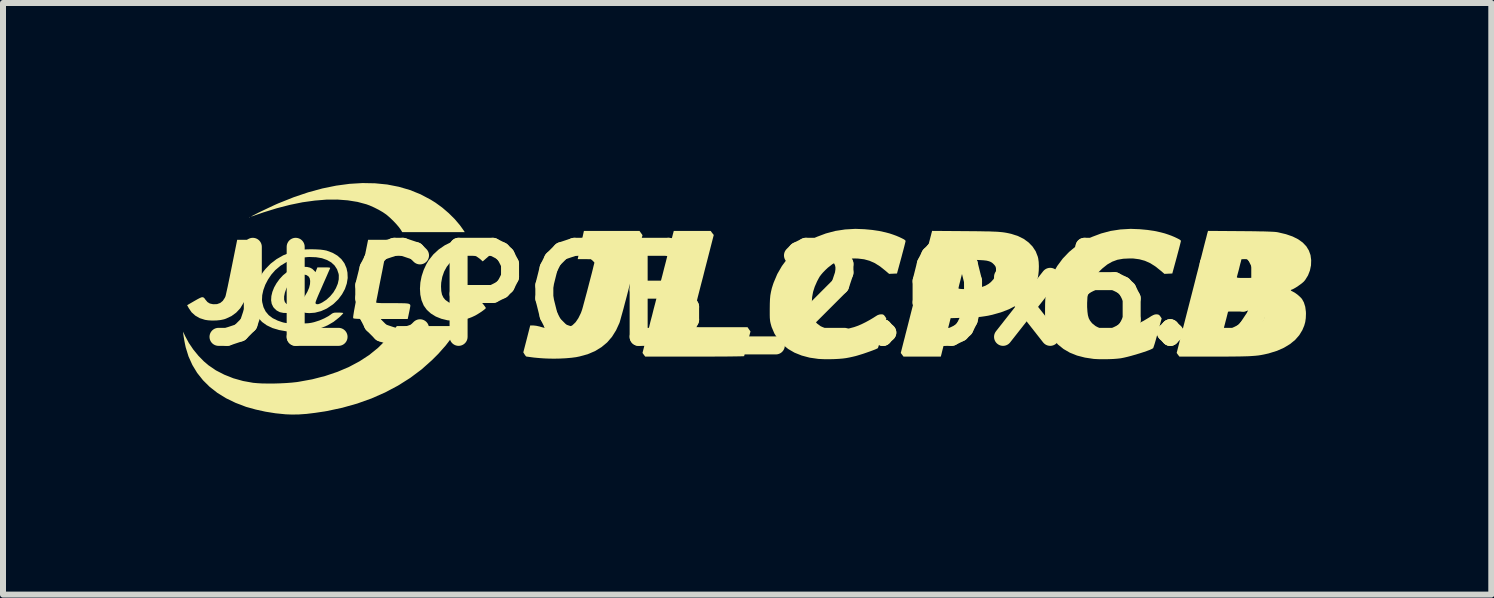
<source format=kicad_pcb>
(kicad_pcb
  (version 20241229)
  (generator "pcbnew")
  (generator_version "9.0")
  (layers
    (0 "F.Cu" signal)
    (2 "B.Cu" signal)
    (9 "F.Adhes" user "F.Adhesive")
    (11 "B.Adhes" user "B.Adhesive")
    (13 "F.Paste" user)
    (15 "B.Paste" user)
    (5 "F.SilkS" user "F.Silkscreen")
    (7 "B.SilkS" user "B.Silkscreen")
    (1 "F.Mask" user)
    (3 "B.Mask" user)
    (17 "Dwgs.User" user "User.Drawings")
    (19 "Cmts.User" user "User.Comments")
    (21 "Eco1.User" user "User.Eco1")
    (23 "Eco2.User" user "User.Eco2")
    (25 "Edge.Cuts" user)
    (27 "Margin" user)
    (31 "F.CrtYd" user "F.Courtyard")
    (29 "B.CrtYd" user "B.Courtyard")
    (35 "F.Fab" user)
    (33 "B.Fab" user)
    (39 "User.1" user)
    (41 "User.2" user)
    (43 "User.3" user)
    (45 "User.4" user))
  (footprint "JLCPCB_2.0x5.9"
    (layer "F.Cu")
    (at 9.305 1.884)
    (property "Reference" "JLCPCB_2.0x5.9" (at 0 0 0) (layer "F.SilkS") (effects (font (size 1.5 1.5) (thickness 0.3))))
    (attr board_only exclude_from_pos_files exclude_from_bom)
    (fp_poly (pts (xy -8.191 -1.315) (xy -8.196 -1.311) (xy -8.201 -1.315) (xy -8.196 -1.32)) (stroke (width 0) (type solid)) (fill yes) (layer "F.SilkS"))
    (fp_poly (pts (xy -6.106 -1.88) (xy -5.904 -1.86) (xy -5.71 -1.822) (xy -5.525 -1.768) (xy -5.349 -1.697) (xy -5.181 -1.608) (xy -5.099 -1.557) (xy -4.985 -1.474) (xy -4.878 -1.382) (xy -4.779 -1.284) (xy -4.695 -1.185) (xy -4.652 -1.126) (xy -4.611 -1.066) (xy -5.132 -1.066) (xy -5.653 -1.066) (xy -5.682 -1.113) (xy -5.71 -1.151) (xy -5.749 -1.197) (xy -5.795 -1.246) (xy -5.844 -1.294) (xy -5.891 -1.336) (xy -5.92 -1.36) (xy -5.977 -1.399) (xy -6.046 -1.439) (xy -6.121 -1.477) (xy -6.195 -1.51) (xy -6.249 -1.53) (xy -6.398 -1.57) (xy -6.56 -1.596) (xy -6.733 -1.609) (xy -6.918 -1.608) (xy -7.111 -1.592) (xy -7.314 -1.564) (xy -7.524 -1.521) (xy -7.741 -1.465) (xy -7.964 -1.396) (xy -7.996 -1.385) (xy -8.048 -1.367) (xy -8.095 -1.351) (xy -8.133 -1.337) (xy -8.159 -1.329) (xy -8.167 -1.326) (xy -8.173 -1.325) (xy -8.163 -1.331) (xy -8.14 -1.344) (xy -8.106 -1.361) (xy -8.064 -1.383) (xy -8.015 -1.407) (xy -7.961 -1.433) (xy -7.906 -1.459) (xy -7.851 -1.485) (xy -7.798 -1.51) (xy -7.75 -1.532) (xy -7.708 -1.55) (xy -7.705 -1.551) (xy -7.459 -1.649) (xy -7.219 -1.73) (xy -6.984 -1.794) (xy -6.754 -1.841) (xy -6.531 -1.871) (xy -6.315 -1.884)) (stroke (width 0) (type solid)) (fill yes) (layer "F.SilkS"))
    (fp_poly (pts (xy -5.897 -0.916) (xy -5.898 -0.902) (xy -5.902 -0.87) (xy -5.91 -0.823) (xy -5.921 -0.762) (xy -5.934 -0.688) (xy -5.95 -0.605) (xy -5.968 -0.513) (xy -5.987 -0.413) (xy -5.99 -0.4) (xy -6.009 -0.304) (xy -6.027 -0.214) (xy -6.043 -0.132) (xy -6.057 -0.058) (xy -6.069 0.003) (xy -6.079 0.052) (xy -6.085 0.086) (xy -6.088 0.104) (xy -6.088 0.105) (xy -6.084 0.109) (xy -6.07 0.112) (xy -6.045 0.114) (xy -6.007 0.116) (xy -5.953 0.117) (xy -5.884 0.117) (xy -5.818 0.117) (xy -5.732 0.117) (xy -5.663 0.118) (xy -5.611 0.119) (xy -5.572 0.122) (xy -5.545 0.127) (xy -5.529 0.135) (xy -5.52 0.146) (xy -5.518 0.161) (xy -5.521 0.181) (xy -5.526 0.205) (xy -5.526 0.208) (xy -5.535 0.253) (xy -5.545 0.301) (xy -5.55 0.325) (xy -5.562 0.381) (xy -6.01 0.381) (xy -6.117 0.381) (xy -6.207 0.381) (xy -6.28 0.381) (xy -6.339 0.38) (xy -6.384 0.379) (xy -6.418 0.377) (xy -6.442 0.375) (xy -6.458 0.373) (xy -6.466 0.37) (xy -6.469 0.367) (xy -6.471 0.361) (xy -6.471 0.346) (xy -6.468 0.323) (xy -6.463 0.29) (xy -6.456 0.245) (xy -6.445 0.187) (xy -6.432 0.117) (xy -6.416 0.031) (xy -6.396 -0.071) (xy -6.372 -0.19) (xy -6.352 -0.293) (xy -6.222 -0.939) (xy -6.063 -0.939) (xy -5.903 -0.939)) (stroke (width 0) (type solid)) (fill yes) (layer "F.SilkS"))
    (fp_poly (pts (xy -8.183 -0.939) (xy -8.14 -0.938) (xy -8.111 -0.936) (xy -8.092 -0.934) (xy -8.082 -0.929) (xy -8.077 -0.923) (xy -8.076 -0.922) (xy -8.077 -0.909) (xy -8.081 -0.879) (xy -8.089 -0.834) (xy -8.099 -0.775) (xy -8.112 -0.705) (xy -8.127 -0.625) (xy -8.144 -0.538) (xy -8.162 -0.445) (xy -8.164 -0.437) (xy -8.185 -0.329) (xy -8.204 -0.239) (xy -8.219 -0.164) (xy -8.232 -0.102) (xy -8.243 -0.053) (xy -8.253 -0.013) (xy -8.261 0.02) (xy -8.27 0.046) (xy -8.278 0.068) (xy -8.286 0.088) (xy -8.295 0.108) (xy -8.299 0.114) (xy -8.352 0.202) (xy -8.419 0.274) (xy -8.498 0.332) (xy -8.59 0.375) (xy -8.622 0.386) (xy -8.678 0.398) (xy -8.745 0.405) (xy -8.817 0.407) (xy -8.886 0.403) (xy -8.939 0.395) (xy -9.027 0.367) (xy -9.102 0.324) (xy -9.164 0.268) (xy -9.21 0.2) (xy -9.237 0.151) (xy -9.113 0.079) (xy -9.062 0.05) (xy -9.023 0.03) (xy -8.996 0.019) (xy -8.975 0.018) (xy -8.96 0.025) (xy -8.945 0.04) (xy -8.933 0.058) (xy -8.898 0.099) (xy -8.859 0.123) (xy -8.809 0.134) (xy -8.803 0.135) (xy -8.739 0.133) (xy -8.686 0.114) (xy -8.643 0.079) (xy -8.609 0.027) (xy -8.599 0.005) (xy -8.594 -0.013) (xy -8.586 -0.048) (xy -8.575 -0.097) (xy -8.561 -0.16) (xy -8.546 -0.233) (xy -8.529 -0.315) (xy -8.511 -0.404) (xy -8.494 -0.487) (xy -8.403 -0.939) (xy -8.243 -0.939)) (stroke (width 0) (type solid)) (fill yes) (layer "F.SilkS"))
    (fp_poly (pts (xy -4.734 0.545) (xy -4.822 0.682) (xy -4.928 0.821) (xy -5.051 0.96) (xy -5.156 1.065) (xy -5.331 1.221) (xy -5.521 1.363) (xy -5.724 1.491) (xy -5.939 1.605) (xy -6.166 1.705) (xy -6.404 1.79) (xy -6.653 1.86) (xy -6.911 1.915) (xy -6.952 1.922) (xy -7.107 1.945) (xy -7.247 1.962) (xy -7.373 1.971) (xy -7.49 1.973) (xy -7.595 1.969) (xy -7.764 1.952) (xy -7.933 1.925) (xy -8.096 1.889) (xy -8.247 1.847) (xy -8.257 1.844) (xy -8.43 1.778) (xy -8.589 1.701) (xy -8.733 1.612) (xy -8.861 1.512) (xy -8.973 1.401) (xy -9.07 1.279) (xy -9.15 1.147) (xy -9.214 1.005) (xy -9.261 0.853) (xy -9.275 0.787) (xy -9.284 0.739) (xy -9.292 0.693) (xy -9.298 0.654) (xy -9.3 0.641) (xy -9.305 0.592) (xy -9.267 0.672) (xy -9.208 0.781) (xy -9.134 0.89) (xy -9.049 0.994) (xy -8.958 1.087) (xy -8.883 1.151) (xy -8.757 1.237) (xy -8.617 1.309) (xy -8.466 1.369) (xy -8.305 1.414) (xy -8.138 1.444) (xy -8.07 1.45) (xy -7.986 1.455) (xy -7.891 1.456) (xy -7.79 1.456) (xy -7.687 1.453) (xy -7.587 1.448) (xy -7.494 1.441) (xy -7.411 1.432) (xy -7.384 1.428) (xy -7.153 1.386) (xy -6.936 1.33) (xy -6.731 1.261) (xy -6.541 1.18) (xy -6.365 1.086) (xy -6.204 0.981) (xy -6.057 0.862) (xy -5.926 0.732) (xy -5.809 0.59) (xy -5.791 0.565) (xy -5.744 0.499) (xy -5.226 0.499) (xy -4.707 0.499)) (stroke (width 0) (type solid)) (fill yes) (layer "F.SilkS"))
    (fp_poly (pts (xy -0.489 -1.052) (xy -0.463 -1.019) (xy -0.543 -0.707) (xy -0.563 -0.629) (xy -0.587 -0.536) (xy -0.614 -0.432) (xy -0.642 -0.32) (xy -0.672 -0.206) (xy -0.701 -0.093) (xy -0.729 0.016) (xy -0.739 0.057) (xy -0.763 0.148) (xy -0.784 0.233) (xy -0.804 0.31) (xy -0.821 0.377) (xy -0.836 0.433) (xy -0.846 0.476) (xy -0.853 0.504) (xy -0.856 0.514) (xy -0.856 0.514) (xy -0.846 0.515) (xy -0.819 0.516) (xy -0.776 0.517) (xy -0.719 0.517) (xy -0.65 0.518) (xy -0.571 0.518) (xy -0.484 0.518) (xy -0.39 0.518) (xy -0.378 0.518) (xy 0.1 0.518) (xy 0.124 0.553) (xy 0.149 0.588) (xy 0.097 0.791) (xy 0.081 0.851) (xy 0.067 0.904) (xy 0.056 0.949) (xy 0.048 0.981) (xy 0.044 0.998) (xy 0.044 1) (xy 0.035 1.001) (xy 0.007 1.002) (xy -0.038 1.003) (xy -0.097 1.004) (xy -0.171 1.005) (xy -0.257 1.006) (xy -0.354 1.006) (xy -0.46 1.007) (xy -0.575 1.007) (xy -0.696 1.007) (xy -0.781 1.007) (xy -1.605 1.007) (xy -1.628 0.977) (xy -1.65 0.946) (xy -1.6 0.75) (xy -1.591 0.711) (xy -1.577 0.657) (xy -1.56 0.59) (xy -1.539 0.511) (xy -1.517 0.421) (xy -1.491 0.324) (xy -1.465 0.219) (xy -1.436 0.109) (xy -1.407 -0.005) (xy -1.378 -0.121) (xy -1.348 -0.237) (xy -1.318 -0.351) (xy -1.29 -0.462) (xy -1.262 -0.569) (xy -1.237 -0.669) (xy -1.213 -0.761) (xy -1.192 -0.843) (xy -1.174 -0.914) (xy -1.159 -0.972) (xy -1.148 -1.015) (xy -1.141 -1.042) (xy -1.139 -1.049) (xy -1.129 -1.086) (xy -0.822 -1.086) (xy -0.514 -1.086)) (stroke (width 0) (type solid)) (fill yes) (layer "F.SilkS"))
    (fp_poly (pts (xy -4.455 -0.96) (xy -4.388 -0.951) (xy -4.326 -0.934) (xy -4.262 -0.908) (xy -4.233 -0.892) (xy -4.2 -0.87) (xy -4.165 -0.844) (xy -4.135 -0.819) (xy -4.111 -0.796) (xy -4.097 -0.779) (xy -4.095 -0.773) (xy -4.103 -0.764) (xy -4.123 -0.745) (xy -4.153 -0.718) (xy -4.189 -0.686) (xy -4.205 -0.672) (xy -4.312 -0.579) (xy -4.359 -0.621) (xy -4.417 -0.662) (xy -4.481 -0.686) (xy -4.555 -0.694) (xy -4.558 -0.694) (xy -4.642 -0.685) (xy -4.72 -0.658) (xy -4.792 -0.616) (xy -4.856 -0.559) (xy -4.911 -0.49) (xy -4.955 -0.41) (xy -4.986 -0.321) (xy -5.004 -0.224) (xy -5.007 -0.161) (xy -5.003 -0.086) (xy -4.991 -0.026) (xy -4.968 0.023) (xy -4.936 0.062) (xy -4.881 0.102) (xy -4.817 0.127) (xy -4.746 0.136) (xy -4.67 0.131) (xy -4.592 0.11) (xy -4.515 0.075) (xy -4.481 0.054) (xy -4.451 0.036) (xy -4.425 0.024) (xy -4.41 0.021) (xy -4.398 0.03) (xy -4.378 0.05) (xy -4.353 0.077) (xy -4.326 0.109) (xy -4.299 0.141) (xy -4.278 0.169) (xy -4.264 0.19) (xy -4.26 0.198) (xy -4.267 0.208) (xy -4.288 0.226) (xy -4.318 0.248) (xy -4.354 0.273) (xy -4.392 0.297) (xy -4.429 0.319) (xy -4.447 0.328) (xy -4.492 0.349) (xy -4.544 0.369) (xy -4.584 0.381) (xy -4.638 0.393) (xy -4.703 0.401) (xy -4.771 0.406) (xy -4.836 0.407) (xy -4.891 0.403) (xy -4.9 0.402) (xy -5.002 0.377) (xy -5.094 0.34) (xy -5.175 0.29) (xy -5.242 0.23) (xy -5.293 0.16) (xy -5.298 0.15) (xy -5.332 0.068) (xy -5.352 -0.025) (xy -5.358 -0.124) (xy -5.351 -0.228) (xy -5.33 -0.333) (xy -5.296 -0.436) (xy -5.25 -0.535) (xy -5.212 -0.598) (xy -5.135 -0.695) (xy -5.045 -0.778) (xy -4.943 -0.848) (xy -4.833 -0.902) (xy -4.715 -0.939) (xy -4.593 -0.959) (xy -4.534 -0.962)) (stroke (width 0) (type solid)) (fill yes) (layer "F.SilkS"))
    (fp_poly (pts (xy -1.675 -1.051) (xy -1.65 -1.016) (xy -1.688 -0.872) (xy -1.697 -0.836) (xy -1.711 -0.782) (xy -1.728 -0.715) (xy -1.749 -0.635) (xy -1.772 -0.546) (xy -1.797 -0.449) (xy -1.823 -0.346) (xy -1.85 -0.241) (xy -1.867 -0.176) (xy -1.893 -0.073) (xy -1.919 0.027) (xy -1.944 0.12) (xy -1.966 0.205) (xy -1.987 0.281) (xy -2.005 0.345) (xy -2.019 0.396) (xy -2.029 0.431) (xy -2.034 0.446) (xy -2.09 0.568) (xy -2.158 0.677) (xy -2.239 0.771) (xy -2.334 0.85) (xy -2.442 0.916) (xy -2.564 0.968) (xy -2.699 1.005) (xy -2.758 1.017) (xy -2.835 1.027) (xy -2.926 1.035) (xy -3.025 1.04) (xy -3.128 1.042) (xy -3.229 1.04) (xy -3.296 1.037) (xy -3.353 1.033) (xy -3.411 1.028) (xy -3.463 1.023) (xy -3.5 1.018) (xy -3.537 1.013) (xy -3.566 1.009) (xy -3.583 1.007) (xy -3.584 1.007) (xy -3.594 1) (xy -3.609 0.981) (xy -3.614 0.972) (xy -3.636 0.937) (xy -3.578 0.713) (xy -3.521 0.489) (xy -3.466 0.489) (xy -3.42 0.494) (xy -3.365 0.506) (xy -3.339 0.514) (xy -3.245 0.539) (xy -3.146 0.551) (xy -3.047 0.551) (xy -2.954 0.54) (xy -2.877 0.518) (xy -2.819 0.486) (xy -2.765 0.435) (xy -2.718 0.366) (xy -2.676 0.28) (xy -2.658 0.23) (xy -2.652 0.21) (xy -2.642 0.175) (xy -2.629 0.126) (xy -2.613 0.067) (xy -2.595 -0.00041) (xy -2.575 -0.074) (xy -2.555 -0.151) (xy -2.535 -0.229) (xy -2.515 -0.305) (xy -2.496 -0.378) (xy -2.479 -0.445) (xy -2.465 -0.504) (xy -2.453 -0.551) (xy -2.445 -0.586) (xy -2.441 -0.604) (xy -2.44 -0.607) (xy -2.45 -0.61) (xy -2.476 -0.613) (xy -2.516 -0.615) (xy -2.568 -0.616) (xy -2.585 -0.616) (xy -2.73 -0.616) (xy -2.684 -0.827) (xy -2.67 -0.89) (xy -2.657 -0.947) (xy -2.646 -0.997) (xy -2.638 -1.034) (xy -2.633 -1.057) (xy -2.632 -1.061) (xy -2.626 -1.086) (xy -2.163 -1.086) (xy -1.7 -1.086)) (stroke (width 0) (type solid)) (fill yes) (layer "F.SilkS"))
    (fp_poly (pts (xy 3.725 -1.083) (xy 3.851 -1.082) (xy 3.96 -1.081) (xy 4.053 -1.079) (xy 4.132 -1.078) (xy 4.198 -1.075) (xy 4.255 -1.073) (xy 4.304 -1.069) (xy 4.346 -1.065) (xy 4.383 -1.06) (xy 4.418 -1.054) (xy 4.452 -1.047) (xy 4.487 -1.039) (xy 4.499 -1.036) (xy 4.606 -1.001) (xy 4.701 -0.954) (xy 4.782 -0.895) (xy 4.849 -0.826) (xy 4.901 -0.747) (xy 4.935 -0.66) (xy 4.943 -0.628) (xy 4.951 -0.569) (xy 4.954 -0.498) (xy 4.952 -0.424) (xy 4.945 -0.355) (xy 4.935 -0.301) (xy 4.897 -0.192) (xy 4.842 -0.092) (xy 4.77 -0.000244) (xy 4.682 0.082) (xy 4.577 0.155) (xy 4.457 0.218) (xy 4.322 0.27) (xy 4.173 0.312) (xy 4.171 0.312) (xy 4.108 0.326) (xy 4.047 0.336) (xy 3.983 0.345) (xy 3.912 0.351) (xy 3.831 0.356) (xy 3.736 0.36) (xy 3.703 0.361) (xy 3.484 0.367) (xy 3.408 0.665) (xy 3.389 0.739) (xy 3.371 0.808) (xy 3.355 0.869) (xy 3.342 0.92) (xy 3.333 0.958) (xy 3.327 0.981) (xy 3.326 0.985) (xy 3.32 1.007) (xy 3.009 1.007) (xy 2.698 1.007) (xy 2.676 0.977) (xy 2.653 0.947) (xy 2.708 0.73) (xy 2.719 0.689) (xy 2.733 0.632) (xy 2.751 0.563) (xy 2.772 0.481) (xy 2.795 0.39) (xy 2.82 0.291) (xy 2.847 0.185) (xy 2.876 0.074) (xy 2.905 -0.04) (xy 2.928 -0.129) (xy 3.614 -0.129) (xy 3.623 -0.124) (xy 3.648 -0.12) (xy 3.685 -0.118) (xy 3.729 -0.117) (xy 3.779 -0.118) (xy 3.828 -0.121) (xy 3.875 -0.125) (xy 3.914 -0.13) (xy 3.919 -0.131) (xy 3.999 -0.15) (xy 4.064 -0.174) (xy 4.118 -0.205) (xy 4.156 -0.236) (xy 4.199 -0.283) (xy 4.225 -0.334) (xy 4.238 -0.393) (xy 4.24 -0.432) (xy 4.239 -0.466) (xy 4.233 -0.49) (xy 4.219 -0.512) (xy 4.205 -0.528) (xy 4.181 -0.551) (xy 4.156 -0.568) (xy 4.124 -0.581) (xy 4.085 -0.591) (xy 4.034 -0.597) (xy 3.969 -0.601) (xy 3.9 -0.604) (xy 3.845 -0.605) (xy 3.798 -0.605) (xy 3.761 -0.605) (xy 3.738 -0.604) (xy 3.731 -0.602) (xy 3.729 -0.592) (xy 3.722 -0.564) (xy 3.712 -0.524) (xy 3.699 -0.472) (xy 3.684 -0.412) (xy 3.673 -0.368) (xy 3.656 -0.304) (xy 3.642 -0.246) (xy 3.629 -0.197) (xy 3.62 -0.159) (xy 3.615 -0.135) (xy 3.614 -0.129) (xy 2.928 -0.129) (xy 2.935 -0.155) (xy 2.964 -0.271) (xy 2.994 -0.384) (xy 3.022 -0.494) (xy 3.049 -0.599) (xy 3.074 -0.697) (xy 3.097 -0.787) (xy 3.117 -0.866) (xy 3.135 -0.933) (xy 3.149 -0.987) (xy 3.159 -1.025) (xy 3.164 -1.047) (xy 3.165 -1.049) (xy 3.175 -1.087)) (stroke (width 0) (type solid)) (fill yes) (layer "F.SilkS"))
    (fp_poly (pts (xy 2.049 -1.115) (xy 2.177 -1.103) (xy 2.292 -1.086) (xy 2.397 -1.063) (xy 2.465 -1.045) (xy 2.522 -1.026) (xy 2.577 -1.006) (xy 2.629 -0.984) (xy 2.673 -0.963) (xy 2.708 -0.945) (xy 2.728 -0.929) (xy 2.733 -0.92) (xy 2.731 -0.907) (xy 2.724 -0.878) (xy 2.713 -0.834) (xy 2.699 -0.78) (xy 2.682 -0.717) (xy 2.664 -0.648) (xy 2.662 -0.641) (xy 2.59 -0.377) (xy 2.524 -0.374) (xy 2.459 -0.371) (xy 2.398 -0.423) (xy 2.308 -0.495) (xy 2.221 -0.55) (xy 2.133 -0.589) (xy 2.042 -0.614) (xy 1.942 -0.626) (xy 1.883 -0.628) (xy 1.774 -0.623) (xy 1.679 -0.607) (xy 1.594 -0.577) (xy 1.514 -0.533) (xy 1.437 -0.473) (xy 1.398 -0.436) (xy 1.357 -0.394) (xy 1.327 -0.359) (xy 1.302 -0.326) (xy 1.28 -0.287) (xy 1.258 -0.245) (xy 1.219 -0.156) (xy 1.192 -0.071) (xy 1.176 0.017) (xy 1.17 0.114) (xy 1.171 0.181) (xy 1.176 0.258) (xy 1.184 0.319) (xy 1.198 0.368) (xy 1.219 0.408) (xy 1.247 0.444) (xy 1.259 0.457) (xy 1.318 0.501) (xy 1.39 0.534) (xy 1.474 0.555) (xy 1.566 0.563) (xy 1.666 0.56) (xy 1.77 0.544) (xy 1.876 0.516) (xy 1.941 0.493) (xy 1.999 0.468) (xy 2.066 0.435) (xy 2.134 0.398) (xy 2.196 0.361) (xy 2.227 0.341) (xy 2.264 0.318) (xy 2.294 0.307) (xy 2.323 0.303) (xy 2.325 0.303) (xy 2.354 0.305) (xy 2.372 0.315) (xy 2.39 0.337) (xy 2.412 0.37) (xy 2.347 0.613) (xy 2.329 0.679) (xy 2.312 0.739) (xy 2.297 0.791) (xy 2.284 0.831) (xy 2.275 0.858) (xy 2.271 0.867) (xy 2.256 0.875) (xy 2.227 0.888) (xy 2.186 0.904) (xy 2.137 0.922) (xy 2.083 0.941) (xy 2.028 0.96) (xy 1.976 0.976) (xy 1.93 0.99) (xy 1.902 0.998) (xy 1.852 1.01) (xy 1.797 1.022) (xy 1.749 1.031) (xy 1.745 1.032) (xy 1.691 1.039) (xy 1.623 1.045) (xy 1.547 1.049) (xy 1.467 1.051) (xy 1.39 1.051) (xy 1.32 1.048) (xy 1.281 1.046) (xy 1.135 1.025) (xy 1.003 0.99) (xy 0.883 0.942) (xy 0.778 0.881) (xy 0.687 0.808) (xy 0.61 0.722) (xy 0.548 0.624) (xy 0.501 0.514) (xy 0.492 0.482) (xy 0.484 0.453) (xy 0.478 0.426) (xy 0.474 0.396) (xy 0.471 0.36) (xy 0.47 0.314) (xy 0.47 0.254) (xy 0.47 0.215) (xy 0.471 0.126) (xy 0.474 0.051) (xy 0.48 -0.014) (xy 0.491 -0.073) (xy 0.505 -0.133) (xy 0.525 -0.196) (xy 0.535 -0.225) (xy 0.596 -0.369) (xy 0.673 -0.502) (xy 0.764 -0.625) (xy 0.869 -0.735) (xy 0.986 -0.833) (xy 1.115 -0.917) (xy 1.255 -0.988) (xy 1.404 -1.044) (xy 1.561 -1.086) (xy 1.725 -1.111) (xy 1.896 -1.121)) (stroke (width 0) (type solid)) (fill yes) (layer "F.SilkS"))
    (fp_poly (pts (xy 6.636 -1.115) (xy 6.764 -1.103) (xy 6.879 -1.086) (xy 6.984 -1.063) (xy 7.052 -1.045) (xy 7.109 -1.026) (xy 7.164 -1.006) (xy 7.216 -0.984) (xy 7.26 -0.963) (xy 7.295 -0.945) (xy 7.316 -0.929) (xy 7.321 -0.92) (xy 7.318 -0.907) (xy 7.311 -0.878) (xy 7.3 -0.834) (xy 7.286 -0.78) (xy 7.269 -0.717) (xy 7.251 -0.648) (xy 7.249 -0.641) (xy 7.177 -0.377) (xy 7.111 -0.374) (xy 7.046 -0.371) (xy 6.985 -0.423) (xy 6.895 -0.495) (xy 6.808 -0.55) (xy 6.72 -0.589) (xy 6.628 -0.614) (xy 6.529 -0.627) (xy 6.47 -0.628) (xy 6.36 -0.623) (xy 6.263 -0.606) (xy 6.176 -0.574) (xy 6.095 -0.528) (xy 6.016 -0.465) (xy 5.985 -0.436) (xy 5.944 -0.394) (xy 5.914 -0.359) (xy 5.89 -0.326) (xy 5.867 -0.287) (xy 5.845 -0.245) (xy 5.806 -0.156) (xy 5.779 -0.071) (xy 5.763 0.017) (xy 5.758 0.114) (xy 5.758 0.181) (xy 5.763 0.258) (xy 5.771 0.319) (xy 5.785 0.368) (xy 5.806 0.408) (xy 5.834 0.444) (xy 5.846 0.457) (xy 5.899 0.499) (xy 5.958 0.53) (xy 6.028 0.549) (xy 6.11 0.559) (xy 6.176 0.561) (xy 6.27 0.557) (xy 6.353 0.546) (xy 6.435 0.526) (xy 6.462 0.517) (xy 6.532 0.491) (xy 6.611 0.455) (xy 6.692 0.415) (xy 6.766 0.371) (xy 6.788 0.358) (xy 6.83 0.331) (xy 6.861 0.315) (xy 6.886 0.306) (xy 6.909 0.303) (xy 6.913 0.303) (xy 6.941 0.306) (xy 6.96 0.316) (xy 6.977 0.337) (xy 7 0.371) (xy 6.934 0.613) (xy 6.916 0.679) (xy 6.899 0.74) (xy 6.884 0.791) (xy 6.871 0.831) (xy 6.862 0.857) (xy 6.858 0.867) (xy 6.838 0.879) (xy 6.803 0.895) (xy 6.755 0.913) (xy 6.697 0.933) (xy 6.632 0.954) (xy 6.564 0.974) (xy 6.496 0.994) (xy 6.431 1.011) (xy 6.371 1.025) (xy 6.321 1.035) (xy 6.313 1.036) (xy 6.26 1.042) (xy 6.194 1.047) (xy 6.119 1.05) (xy 6.041 1.051) (xy 5.967 1.051) (xy 5.901 1.048) (xy 5.868 1.046) (xy 5.722 1.024) (xy 5.59 0.99) (xy 5.47 0.942) (xy 5.365 0.881) (xy 5.274 0.808) (xy 5.197 0.722) (xy 5.135 0.624) (xy 5.089 0.514) (xy 5.079 0.482) (xy 5.071 0.453) (xy 5.065 0.426) (xy 5.061 0.396) (xy 5.059 0.36) (xy 5.057 0.314) (xy 5.057 0.254) (xy 5.057 0.215) (xy 5.058 0.126) (xy 5.061 0.051) (xy 5.068 -0.014) (xy 5.078 -0.073) (xy 5.093 -0.133) (xy 5.112 -0.196) (xy 5.122 -0.225) (xy 5.183 -0.369) (xy 5.26 -0.502) (xy 5.351 -0.625) (xy 5.456 -0.735) (xy 5.573 -0.833) (xy 5.702 -0.917) (xy 5.842 -0.988) (xy 5.991 -1.044) (xy 6.148 -1.086) (xy 6.312 -1.111) (xy 6.483 -1.121)) (stroke (width 0) (type solid)) (fill yes) (layer "F.SilkS"))
    (fp_poly (pts (xy 8.317 -1.083) (xy 8.439 -1.082) (xy 8.544 -1.081) (xy 8.632 -1.079) (xy 8.706 -1.078) (xy 8.767 -1.076) (xy 8.817 -1.074) (xy 8.858 -1.072) (xy 8.89 -1.07) (xy 8.917 -1.067) (xy 8.94 -1.063) (xy 8.944 -1.062) (xy 9.071 -1.032) (xy 9.181 -0.994) (xy 9.273 -0.948) (xy 9.35 -0.893) (xy 9.41 -0.83) (xy 9.452 -0.761) (xy 9.48 -0.684) (xy 9.491 -0.6) (xy 9.488 -0.513) (xy 9.47 -0.427) (xy 9.438 -0.345) (xy 9.392 -0.271) (xy 9.367 -0.241) (xy 9.344 -0.221) (xy 9.312 -0.196) (xy 9.274 -0.169) (xy 9.236 -0.144) (xy 9.201 -0.124) (xy 9.177 -0.112) (xy 9.173 -0.111) (xy 9.153 -0.103) (xy 9.153 -0.093) (xy 9.173 -0.081) (xy 9.18 -0.078) (xy 9.22 -0.056) (xy 9.263 -0.025) (xy 9.304 0.011) (xy 9.336 0.045) (xy 9.369 0.104) (xy 9.392 0.177) (xy 9.403 0.26) (xy 9.404 0.294) (xy 9.401 0.368) (xy 9.392 0.432) (xy 9.375 0.492) (xy 9.348 0.556) (xy 9.345 0.564) (xy 9.293 0.65) (xy 9.224 0.729) (xy 9.138 0.799) (xy 9.037 0.86) (xy 8.922 0.911) (xy 8.793 0.951) (xy 8.784 0.954) (xy 8.74 0.964) (xy 8.699 0.973) (xy 8.657 0.981) (xy 8.613 0.988) (xy 8.566 0.993) (xy 8.513 0.997) (xy 8.452 1.001) (xy 8.383 1.003) (xy 8.302 1.005) (xy 8.208 1.006) (xy 8.1 1.007) (xy 7.976 1.007) (xy 7.874 1.007) (xy 7.295 1.007) (xy 7.272 0.977) (xy 7.25 0.946) (xy 7.357 0.527) (xy 8.038 0.527) (xy 8.042 0.531) (xy 8.054 0.535) (xy 8.076 0.536) (xy 8.111 0.537) (xy 8.16 0.538) (xy 8.203 0.538) (xy 8.272 0.537) (xy 8.338 0.534) (xy 8.395 0.53) (xy 8.439 0.525) (xy 8.447 0.524) (xy 8.525 0.505) (xy 8.592 0.478) (xy 8.647 0.444) (xy 8.688 0.405) (xy 8.711 0.362) (xy 8.715 0.347) (xy 8.718 0.292) (xy 8.705 0.246) (xy 8.681 0.213) (xy 8.658 0.195) (xy 8.632 0.181) (xy 8.6 0.171) (xy 8.559 0.163) (xy 8.507 0.157) (xy 8.441 0.153) (xy 8.359 0.15) (xy 8.34 0.149) (xy 8.279 0.148) (xy 8.225 0.148) (xy 8.181 0.148) (xy 8.149 0.149) (xy 8.134 0.15) (xy 8.132 0.151) (xy 8.13 0.161) (xy 8.124 0.187) (xy 8.114 0.225) (xy 8.103 0.271) (xy 8.09 0.322) (xy 8.077 0.374) (xy 8.064 0.423) (xy 8.053 0.466) (xy 8.044 0.5) (xy 8.038 0.521) (xy 8.038 0.527) (xy 7.357 0.527) (xy 7.502 -0.038) (xy 7.537 -0.174) (xy 7.57 -0.304) (xy 7.572 -0.314) (xy 8.253 -0.314) (xy 8.258 -0.309) (xy 8.27 -0.306) (xy 8.294 -0.304) (xy 8.33 -0.303) (xy 8.383 -0.303) (xy 8.399 -0.303) (xy 8.48 -0.304) (xy 8.543 -0.308) (xy 8.591 -0.315) (xy 8.607 -0.318) (xy 8.676 -0.342) (xy 8.729 -0.375) (xy 8.766 -0.416) (xy 8.785 -0.463) (xy 8.788 -0.492) (xy 8.779 -0.531) (xy 8.753 -0.565) (xy 8.713 -0.59) (xy 8.694 -0.596) (xy 8.674 -0.6) (xy 8.64 -0.604) (xy 8.597 -0.607) (xy 8.548 -0.61) (xy 8.496 -0.613) (xy 8.445 -0.615) (xy 8.399 -0.616) (xy 8.362 -0.616) (xy 8.337 -0.615) (xy 8.328 -0.613) (xy 8.326 -0.602) (xy 8.32 -0.576) (xy 8.31 -0.54) (xy 8.299 -0.496) (xy 8.288 -0.45) (xy 8.276 -0.405) (xy 8.265 -0.365) (xy 8.257 -0.334) (xy 8.253 -0.32) (xy 8.253 -0.314) (xy 7.572 -0.314) (xy 7.602 -0.429) (xy 7.632 -0.546) (xy 7.66 -0.654) (xy 7.685 -0.752) (xy 7.707 -0.839) (xy 7.726 -0.913) (xy 7.742 -0.973) (xy 7.753 -1.017) (xy 7.76 -1.045) (xy 7.763 -1.055) (xy 7.772 -1.087)) (stroke (width 0) (type solid)) (fill yes) (layer "F.SilkS"))
    (fp_poly (pts (xy -7.085 -0.779) (xy -7.015 -0.775) (xy -6.956 -0.767) (xy -6.915 -0.759) (xy -6.817 -0.723) (xy -6.735 -0.676) (xy -6.668 -0.617) (xy -6.617 -0.548) (xy -6.582 -0.467) (xy -6.566 -0.393) (xy -6.562 -0.302) (xy -6.577 -0.21) (xy -6.608 -0.119) (xy -6.656 -0.031) (xy -6.718 0.052) (xy -6.794 0.126) (xy -6.814 0.142) (xy -6.909 0.206) (xy -7.007 0.25) (xy -7.108 0.276) (xy -7.201 0.283) (xy -7.262 0.279) (xy -7.304 0.267) (xy -7.33 0.246) (xy -7.336 0.232) (xy -7.341 0.21) (xy -7.409 0.243) (xy -7.454 0.263) (xy -7.494 0.275) (xy -7.54 0.281) (xy -7.553 0.281) (xy -7.63 0.28) (xy -7.693 0.267) (xy -7.746 0.239) (xy -7.79 0.197) (xy -7.803 0.18) (xy -7.828 0.128) (xy -7.838 0.068) (xy -7.834 0.004) (xy -7.621 0.004) (xy -7.621 0.058) (xy -7.609 0.099) (xy -7.583 0.129) (xy -7.545 0.147) (xy -7.499 0.153) (xy -7.45 0.145) (xy -7.416 0.131) (xy -7.37 0.103) (xy -7.331 0.069) (xy -7.293 0.023) (xy -7.272 -0.007) (xy -7.233 -0.074) (xy -7.205 -0.139) (xy -7.19 -0.2) (xy -7.187 -0.254) (xy -7.196 -0.3) (xy -7.216 -0.33) (xy -7.251 -0.352) (xy -7.296 -0.36) (xy -7.345 -0.355) (xy -7.397 -0.338) (xy -7.447 -0.309) (xy -7.492 -0.27) (xy -7.508 -0.252) (xy -7.552 -0.188) (xy -7.586 -0.122) (xy -7.609 -0.057) (xy -7.621 0.004) (xy -7.834 0.004) (xy -7.834 0.000491) (xy -7.817 -0.071) (xy -7.788 -0.144) (xy -7.748 -0.215) (xy -7.698 -0.284) (xy -7.64 -0.347) (xy -7.573 -0.401) (xy -7.495 -0.447) (xy -7.416 -0.476) (xy -7.331 -0.488) (xy -7.3 -0.489) (xy -7.238 -0.486) (xy -7.191 -0.475) (xy -7.153 -0.455) (xy -7.126 -0.43) (xy -7.098 -0.4) (xy -7.083 -0.439) (xy -7.067 -0.479) (xy -6.958 -0.479) (xy -6.908 -0.479) (xy -6.876 -0.477) (xy -6.859 -0.474) (xy -6.854 -0.469) (xy -6.854 -0.467) (xy -6.859 -0.455) (xy -6.871 -0.428) (xy -6.889 -0.387) (xy -6.911 -0.336) (xy -6.937 -0.277) (xy -6.966 -0.212) (xy -6.969 -0.205) (xy -7.005 -0.122) (xy -7.035 -0.054) (xy -7.058 -0.001) (xy -7.075 0.04) (xy -7.087 0.071) (xy -7.094 0.092) (xy -7.098 0.107) (xy -7.098 0.116) (xy -7.096 0.122) (xy -7.093 0.126) (xy -7.076 0.135) (xy -7.053 0.134) (xy -7.019 0.122) (xy -6.985 0.105) (xy -6.916 0.06) (xy -6.854 0.003) (xy -6.8 -0.062) (xy -6.758 -0.133) (xy -6.727 -0.207) (xy -6.711 -0.28) (xy -6.71 -0.35) (xy -6.714 -0.373) (xy -6.739 -0.447) (xy -6.78 -0.51) (xy -6.836 -0.562) (xy -6.907 -0.602) (xy -6.991 -0.632) (xy -7.087 -0.648) (xy -7.196 -0.652) (xy -7.228 -0.651) (xy -7.359 -0.637) (xy -7.478 -0.609) (xy -7.585 -0.565) (xy -7.681 -0.507) (xy -7.769 -0.433) (xy -7.77 -0.432) (xy -7.835 -0.358) (xy -7.89 -0.276) (xy -7.935 -0.19) (xy -7.967 -0.102) (xy -7.986 -0.016) (xy -7.99 0.065) (xy -7.986 0.101) (xy -7.965 0.184) (xy -7.929 0.256) (xy -7.878 0.317) (xy -7.812 0.367) (xy -7.728 0.408) (xy -7.656 0.433) (xy -7.627 0.441) (xy -7.599 0.446) (xy -7.569 0.45) (xy -7.533 0.453) (xy -7.487 0.454) (xy -7.427 0.455) (xy -7.389 0.455) (xy -7.32 0.455) (xy -7.267 0.454) (xy -7.225 0.452) (xy -7.192 0.448) (xy -7.162 0.443) (xy -7.132 0.436) (xy -7.116 0.432) (xy -7.032 0.405) (xy -6.953 0.371) (xy -6.884 0.334) (xy -6.849 0.31) (xy -6.825 0.292) (xy -6.806 0.282) (xy -6.784 0.276) (xy -6.755 0.274) (xy -6.719 0.274) (xy -6.682 0.275) (xy -6.653 0.277) (xy -6.637 0.281) (xy -6.636 0.283) (xy -6.643 0.293) (xy -6.661 0.313) (xy -6.687 0.339) (xy -6.708 0.358) (xy -6.798 0.429) (xy -6.902 0.489) (xy -7.019 0.536) (xy -7.148 0.571) (xy -7.155 0.572) (xy -7.204 0.58) (xy -7.267 0.586) (xy -7.338 0.59) (xy -7.412 0.592) (xy -7.483 0.592) (xy -7.545 0.59) (xy -7.585 0.586) (xy -7.709 0.564) (xy -7.818 0.531) (xy -7.911 0.486) (xy -7.989 0.43) (xy -8.05 0.363) (xy -8.089 0.3) (xy -8.122 0.21) (xy -8.139 0.113) (xy -8.138 0.012) (xy -8.12 -0.092) (xy -8.087 -0.197) (xy -8.037 -0.301) (xy -7.972 -0.402) (xy -7.932 -0.452) (xy -7.847 -0.54) (xy -7.748 -0.616) (xy -7.636 -0.68) (xy -7.514 -0.729) (xy -7.384 -0.764) (xy -7.357 -0.769) (xy -7.3 -0.776) (xy -7.232 -0.78) (xy -7.158 -0.781)) (stroke (width 0) (type solid)) (fill yes) (layer "F.SilkS")))
  (gr_rect
    (start -3 -3)
    (end 21.797 6.857)
    (stroke (width 0.1) (type default))
    (fill no)
    (layer "Edge.Cuts")))
</source>
